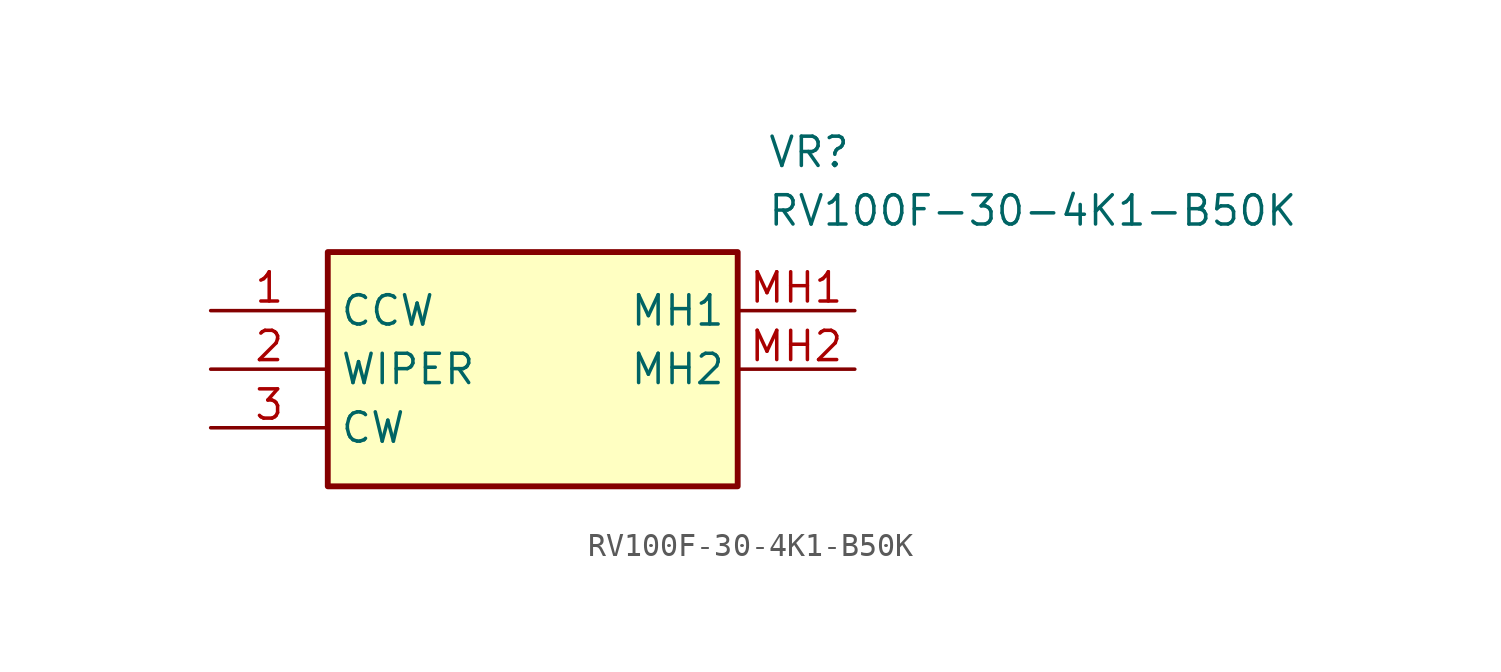
<source format=kicad_sym>
(kicad_symbol_lib
  (version 20211014)
  (generator SamacSys_ECAD_Model)
  (symbol "RV100F-30-4K1-B50K"
    (property "Reference" "VR"
      (at 24.13 7.62 0)
      (effects (font (size 1.27 1.27)) (justify left top)))
    (property "Value" "RV100F-30-4K1-B50K"
      (at 24.13 5.08 0)
      (effects (font (size 1.27 1.27)) (justify left top)))
    (rectangle
      (start 5.08 2.54)
      (end 22.86 -7.62)
      (stroke (width 0.254) (type default))
      (fill (type background)))
    (pin passive line
      (at 0 0 0)
      (length 5.08)
      (name "CCW" (effects (font (size 1.27 1.27))))
      (number "1" (effects (font (size 1.27 1.27)))))
    (pin passive line
      (at 0 -2.54 0)
      (length 5.08)
      (name "WIPER" (effects (font (size 1.27 1.27))))
      (number "2" (effects (font (size 1.27 1.27)))))
    (pin passive line
      (at 0 -5.08 0)
      (length 5.08)
      (name "CW" (effects (font (size 1.27 1.27))))
      (number "3" (effects (font (size 1.27 1.27)))))
    (pin passive line
      (at 27.94 0 180)
      (length 5.08)
      (name "MH1" (effects (font (size 1.27 1.27))))
      (number "MH1" (effects (font (size 1.27 1.27)))))
    (pin passive line
      (at 27.94 -2.54 180)
      (length 5.08)
      (name "MH2" (effects (font (size 1.27 1.27))))
      (number "MH2" (effects (font (size 1.27 1.27)))))))
</source>
